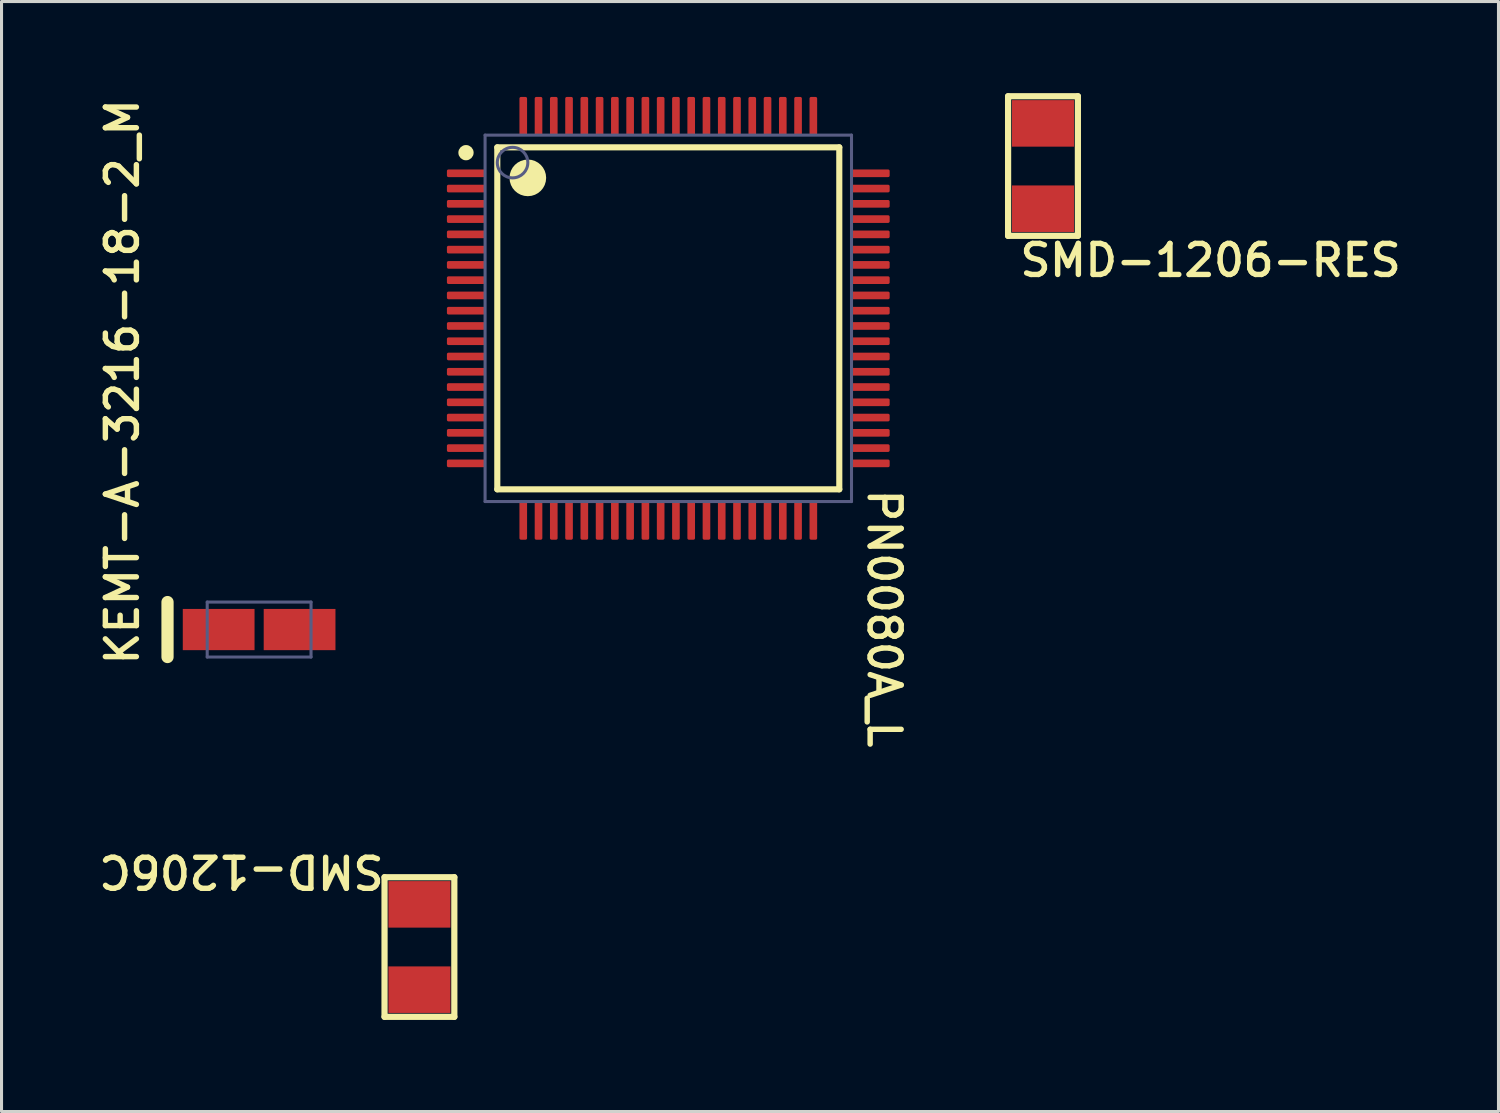
<source format=kicad_pcb>
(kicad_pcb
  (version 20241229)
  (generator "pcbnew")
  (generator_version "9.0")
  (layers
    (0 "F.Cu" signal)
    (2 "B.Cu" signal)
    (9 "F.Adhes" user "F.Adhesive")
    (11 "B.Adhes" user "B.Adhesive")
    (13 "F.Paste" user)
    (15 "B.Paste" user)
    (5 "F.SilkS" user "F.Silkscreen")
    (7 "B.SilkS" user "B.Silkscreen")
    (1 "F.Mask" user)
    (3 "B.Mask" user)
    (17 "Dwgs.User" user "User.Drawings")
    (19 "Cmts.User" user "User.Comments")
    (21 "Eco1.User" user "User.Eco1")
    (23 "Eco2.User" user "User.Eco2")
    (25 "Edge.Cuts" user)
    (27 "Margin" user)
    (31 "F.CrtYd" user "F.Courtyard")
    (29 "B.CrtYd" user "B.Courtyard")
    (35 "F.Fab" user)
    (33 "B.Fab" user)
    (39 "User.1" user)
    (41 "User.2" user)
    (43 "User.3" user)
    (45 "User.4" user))
  (footprint "SMD-1206C"
    (layer "F.Cu")
    (at 10.686 27.964)
    (property "Reference" "SMD-1206C" (at -1.067 -3.073 180) (unlocked yes) (layer "F.SilkS") (effects (font (size 1.016 1.016) (thickness 0.178)) (justify left bottom)))
    (fp_line (start -1.143 2.286) (end -1.143 -2.286) (stroke (width 0.203) (type solid)) (layer "F.SilkS"))
    (fp_line (start 1.143 -2.286) (end -1.143 -2.286) (stroke (width 0.203) (type solid)) (layer "F.SilkS"))
    (fp_line (start 1.143 2.286) (end -1.143 2.286) (stroke (width 0.203) (type solid)) (layer "F.SilkS"))
    (fp_line (start 1.143 2.286) (end 1.143 -2.286) (stroke (width 0.203) (type solid)) (layer "F.SilkS"))
    (pad "1" smd rect (at 0 -1.397 90) (size 1.524 2.032) (layers "F.Cu" "F.Mask" "F.Paste"))
    (pad "2" smd rect (at 0 1.397 90) (size 1.524 2.032) (layers "F.Cu" "F.Mask" "F.Paste")))
  (footprint "PN0080A_L"
    (layer "F.Cu")
    (at 18.836 7.375)
    (property "Reference" "PN0080A_L" (at 6.477 5.504 270) (unlocked yes) (layer "F.SilkS") (effects (font (size 1.016 1.016) (thickness 0.178)) (justify left bottom)))
    (fp_line (start -5.6 -5.6) (end -5.6 5.6) (stroke (width 0.2) (type solid)) (layer "F.SilkS"))
    (fp_line (start -5.6 -5.6) (end 5.6 -5.6) (stroke (width 0.2) (type solid)) (layer "F.SilkS"))
    (fp_line (start -5.6 5.6) (end 5.6 5.6) (stroke (width 0.2) (type solid)) (layer "F.SilkS"))
    (fp_line (start 5.6 -5.6) (end 5.6 5.6) (stroke (width 0.2) (type solid)) (layer "F.SilkS"))
    (fp_circle (center -6.625 -5.425) (end -6.5 -5.425) (stroke (width 0.25) (type solid)) (fill no) (layer "F.SilkS"))
    (fp_circle (center -4.6 -4.6) (end -4.3 -4.6) (stroke (width 0.6) (type solid)) (fill no) (layer "F.SilkS"))
    (fp_line (start -7.35 -7.35) (end -7.35 7.35) (stroke (width 0.05) (type solid)) (layer "Eco1.User"))
    (fp_line (start -7.35 -7.35) (end 7.35 -7.35) (stroke (width 0.05) (type solid)) (layer "Eco1.User"))
    (fp_line (start -7.35 7.35) (end 7.35 7.35) (stroke (width 0.05) (type solid)) (layer "Eco1.User"))
    (fp_line (start -0.5 0) (end 0.5 0) (stroke (width 0.1) (type solid)) (layer "Eco1.User"))
    (fp_line (start 0 -0.5) (end 0 0.5) (stroke (width 0.1) (type solid)) (layer "Eco1.User"))
    (fp_line (start 7.35 -7.35) (end 7.35 7.35) (stroke (width 0.05) (type solid)) (layer "Eco1.User"))
    (fp_line (start -6 -6) (end -6 6) (stroke (width 0.1) (type solid)) (layer "B.Fab"))
    (fp_line (start -6 -6) (end 6 -6) (stroke (width 0.1) (type solid)) (layer "B.Fab"))
    (fp_line (start -6 6) (end 6 6) (stroke (width 0.1) (type solid)) (layer "B.Fab"))
    (fp_line (start 6 -6) (end 6 6) (stroke (width 0.1) (type solid)) (layer "B.Fab"))
    (fp_circle (center -5.1 -5.1) (end -4.6 -5.1) (stroke (width 0.1) (type solid)) (fill no) (layer "B.Fab"))
    (fp_text user "${REFERENCE}" (at -1.524 0.508 0) (unlocked yes) (layer "User.1") (effects (font (size 1.016 1.016) (thickness 0.178))))
    (pad "1" smd roundrect (at -6.625 -4.75 90) (size 0.25 1.25) (layers "F.Cu" "F.Mask" "F.Paste") (roundrect_rratio 0.2))
    (pad "2" smd roundrect (at -6.625 -4.25 90) (size 0.25 1.25) (layers "F.Cu" "F.Mask" "F.Paste") (roundrect_rratio 0.2))
    (pad "3" smd roundrect (at -6.625 -3.75 90) (size 0.25 1.25) (layers "F.Cu" "F.Mask" "F.Paste") (roundrect_rratio 0.2))
    (pad "4" smd roundrect (at -6.625 -3.25 90) (size 0.25 1.25) (layers "F.Cu" "F.Mask" "F.Paste") (roundrect_rratio 0.2))
    (pad "5" smd roundrect (at -6.625 -2.75 90) (size 0.25 1.25) (layers "F.Cu" "F.Mask" "F.Paste") (roundrect_rratio 0.2))
    (pad "6" smd roundrect (at -6.625 -2.25 90) (size 0.25 1.25) (layers "F.Cu" "F.Mask" "F.Paste") (roundrect_rratio 0.2))
    (pad "7" smd roundrect (at -6.625 -1.75 90) (size 0.25 1.25) (layers "F.Cu" "F.Mask" "F.Paste") (roundrect_rratio 0.2))
    (pad "8" smd roundrect (at -6.625 -1.25 90) (size 0.25 1.25) (layers "F.Cu" "F.Mask" "F.Paste") (roundrect_rratio 0.2))
    (pad "9" smd roundrect (at -6.625 -0.75 90) (size 0.25 1.25) (layers "F.Cu" "F.Mask" "F.Paste") (roundrect_rratio 0.2))
    (pad "10" smd roundrect (at -6.625 -0.25 90) (size 0.25 1.25) (layers "F.Cu" "F.Mask" "F.Paste") (roundrect_rratio 0.2))
    (pad "11" smd roundrect (at -6.625 0.25 90) (size 0.25 1.25) (layers "F.Cu" "F.Mask" "F.Paste") (roundrect_rratio 0.2))
    (pad "12" smd roundrect (at -6.625 0.75 90) (size 0.25 1.25) (layers "F.Cu" "F.Mask" "F.Paste") (roundrect_rratio 0.2))
    (pad "13" smd roundrect (at -6.625 1.25 90) (size 0.25 1.25) (layers "F.Cu" "F.Mask" "F.Paste") (roundrect_rratio 0.2))
    (pad "14" smd roundrect (at -6.625 1.75 90) (size 0.25 1.25) (layers "F.Cu" "F.Mask" "F.Paste") (roundrect_rratio 0.2))
    (pad "15" smd roundrect (at -6.625 2.25 90) (size 0.25 1.25) (layers "F.Cu" "F.Mask" "F.Paste") (roundrect_rratio 0.2))
    (pad "16" smd roundrect (at -6.625 2.75 90) (size 0.25 1.25) (layers "F.Cu" "F.Mask" "F.Paste") (roundrect_rratio 0.2))
    (pad "17" smd roundrect (at -6.625 3.25 90) (size 0.25 1.25) (layers "F.Cu" "F.Mask" "F.Paste") (roundrect_rratio 0.2))
    (pad "18" smd roundrect (at -6.625 3.75 90) (size 0.25 1.25) (layers "F.Cu" "F.Mask" "F.Paste") (roundrect_rratio 0.2))
    (pad "19" smd roundrect (at -6.625 4.25 90) (size 0.25 1.25) (layers "F.Cu" "F.Mask" "F.Paste") (roundrect_rratio 0.2))
    (pad "20" smd roundrect (at -6.625 4.75 90) (size 0.25 1.25) (layers "F.Cu" "F.Mask" "F.Paste") (roundrect_rratio 0.2))
    (pad "21" smd roundrect (at -4.75 6.625) (size 0.25 1.25) (layers "F.Cu" "F.Mask" "F.Paste") (roundrect_rratio 0.2))
    (pad "22" smd roundrect (at -4.25 6.625) (size 0.25 1.25) (layers "F.Cu" "F.Mask" "F.Paste") (roundrect_rratio 0.2))
    (pad "23" smd roundrect (at -3.75 6.625) (size 0.25 1.25) (layers "F.Cu" "F.Mask" "F.Paste") (roundrect_rratio 0.2))
    (pad "24" smd roundrect (at -3.25 6.625) (size 0.25 1.25) (layers "F.Cu" "F.Mask" "F.Paste") (roundrect_rratio 0.2))
    (pad "25" smd roundrect (at -2.75 6.625) (size 0.25 1.25) (layers "F.Cu" "F.Mask" "F.Paste") (roundrect_rratio 0.2))
    (pad "26" smd roundrect (at -2.25 6.625) (size 0.25 1.25) (layers "F.Cu" "F.Mask" "F.Paste") (roundrect_rratio 0.2))
    (pad "27" smd roundrect (at -1.75 6.625) (size 0.25 1.25) (layers "F.Cu" "F.Mask" "F.Paste") (roundrect_rratio 0.2))
    (pad "28" smd roundrect (at -1.25 6.625) (size 0.25 1.25) (layers "F.Cu" "F.Mask" "F.Paste") (roundrect_rratio 0.2))
    (pad "29" smd roundrect (at -0.75 6.625) (size 0.25 1.25) (layers "F.Cu" "F.Mask" "F.Paste") (roundrect_rratio 0.2))
    (pad "30" smd roundrect (at -0.25 6.625) (size 0.25 1.25) (layers "F.Cu" "F.Mask" "F.Paste") (roundrect_rratio 0.2))
    (pad "31" smd roundrect (at 0.25 6.625) (size 0.25 1.25) (layers "F.Cu" "F.Mask" "F.Paste") (roundrect_rratio 0.2))
    (pad "32" smd roundrect (at 0.75 6.625) (size 0.25 1.25) (layers "F.Cu" "F.Mask" "F.Paste") (roundrect_rratio 0.2))
    (pad "33" smd roundrect (at 1.25 6.625) (size 0.25 1.25) (layers "F.Cu" "F.Mask" "F.Paste") (roundrect_rratio 0.2))
    (pad "34" smd roundrect (at 1.75 6.625) (size 0.25 1.25) (layers "F.Cu" "F.Mask" "F.Paste") (roundrect_rratio 0.2))
    (pad "35" smd roundrect (at 2.25 6.625) (size 0.25 1.25) (layers "F.Cu" "F.Mask" "F.Paste") (roundrect_rratio 0.2))
    (pad "36" smd roundrect (at 2.75 6.625) (size 0.25 1.25) (layers "F.Cu" "F.Mask" "F.Paste") (roundrect_rratio 0.2))
    (pad "37" smd roundrect (at 3.25 6.625) (size 0.25 1.25) (layers "F.Cu" "F.Mask" "F.Paste") (roundrect_rratio 0.2))
    (pad "38" smd roundrect (at 3.75 6.625) (size 0.25 1.25) (layers "F.Cu" "F.Mask" "F.Paste") (roundrect_rratio 0.2))
    (pad "39" smd roundrect (at 4.25 6.625) (size 0.25 1.25) (layers "F.Cu" "F.Mask" "F.Paste") (roundrect_rratio 0.2))
    (pad "40" smd roundrect (at 4.75 6.625) (size 0.25 1.25) (layers "F.Cu" "F.Mask" "F.Paste") (roundrect_rratio 0.2))
    (pad "41" smd roundrect (at 6.625 4.75 90) (size 0.25 1.25) (layers "F.Cu" "F.Mask" "F.Paste") (roundrect_rratio 0.2))
    (pad "42" smd roundrect (at 6.625 4.25 90) (size 0.25 1.25) (layers "F.Cu" "F.Mask" "F.Paste") (roundrect_rratio 0.2))
    (pad "43" smd roundrect (at 6.625 3.75 90) (size 0.25 1.25) (layers "F.Cu" "F.Mask" "F.Paste") (roundrect_rratio 0.2))
    (pad "44" smd roundrect (at 6.625 3.25 90) (size 0.25 1.25) (layers "F.Cu" "F.Mask" "F.Paste") (roundrect_rratio 0.2))
    (pad "45" smd roundrect (at 6.625 2.75 90) (size 0.25 1.25) (layers "F.Cu" "F.Mask" "F.Paste") (roundrect_rratio 0.2))
    (pad "46" smd roundrect (at 6.625 2.25 90) (size 0.25 1.25) (layers "F.Cu" "F.Mask" "F.Paste") (roundrect_rratio 0.2))
    (pad "47" smd roundrect (at 6.625 1.75 90) (size 0.25 1.25) (layers "F.Cu" "F.Mask" "F.Paste") (roundrect_rratio 0.2))
    (pad "48" smd roundrect (at 6.625 1.25 90) (size 0.25 1.25) (layers "F.Cu" "F.Mask" "F.Paste") (roundrect_rratio 0.2))
    (pad "49" smd roundrect (at 6.625 0.75 90) (size 0.25 1.25) (layers "F.Cu" "F.Mask" "F.Paste") (roundrect_rratio 0.2))
    (pad "50" smd roundrect (at 6.625 0.25 90) (size 0.25 1.25) (layers "F.Cu" "F.Mask" "F.Paste") (roundrect_rratio 0.2))
    (pad "51" smd roundrect (at 6.625 -0.25 90) (size 0.25 1.25) (layers "F.Cu" "F.Mask" "F.Paste") (roundrect_rratio 0.2))
    (pad "52" smd roundrect (at 6.625 -0.75 90) (size 0.25 1.25) (layers "F.Cu" "F.Mask" "F.Paste") (roundrect_rratio 0.2))
    (pad "53" smd roundrect (at 6.625 -1.25 90) (size 0.25 1.25) (layers "F.Cu" "F.Mask" "F.Paste") (roundrect_rratio 0.2))
    (pad "54" smd roundrect (at 6.625 -1.75 90) (size 0.25 1.25) (layers "F.Cu" "F.Mask" "F.Paste") (roundrect_rratio 0.2))
    (pad "55" smd roundrect (at 6.625 -2.25 90) (size 0.25 1.25) (layers "F.Cu" "F.Mask" "F.Paste") (roundrect_rratio 0.2))
    (pad "56" smd roundrect (at 6.625 -2.75 90) (size 0.25 1.25) (layers "F.Cu" "F.Mask" "F.Paste") (roundrect_rratio 0.2))
    (pad "57" smd roundrect (at 6.625 -3.25 90) (size 0.25 1.25) (layers "F.Cu" "F.Mask" "F.Paste") (roundrect_rratio 0.2))
    (pad "58" smd roundrect (at 6.625 -3.75 90) (size 0.25 1.25) (layers "F.Cu" "F.Mask" "F.Paste") (roundrect_rratio 0.2))
    (pad "59" smd roundrect (at 6.625 -4.25 90) (size 0.25 1.25) (layers "F.Cu" "F.Mask" "F.Paste") (roundrect_rratio 0.2))
    (pad "60" smd roundrect (at 6.625 -4.75 90) (size 0.25 1.25) (layers "F.Cu" "F.Mask" "F.Paste") (roundrect_rratio 0.2))
    (pad "61" smd roundrect (at 4.75 -6.625) (size 0.25 1.25) (layers "F.Cu" "F.Mask" "F.Paste") (roundrect_rratio 0.2))
    (pad "62" smd roundrect (at 4.25 -6.625) (size 0.25 1.25) (layers "F.Cu" "F.Mask" "F.Paste") (roundrect_rratio 0.2))
    (pad "63" smd roundrect (at 3.75 -6.625) (size 0.25 1.25) (layers "F.Cu" "F.Mask" "F.Paste") (roundrect_rratio 0.2))
    (pad "64" smd roundrect (at 3.25 -6.625) (size 0.25 1.25) (layers "F.Cu" "F.Mask" "F.Paste") (roundrect_rratio 0.2))
    (pad "65" smd roundrect (at 2.75 -6.625) (size 0.25 1.25) (layers "F.Cu" "F.Mask" "F.Paste") (roundrect_rratio 0.2))
    (pad "66" smd roundrect (at 2.25 -6.625) (size 0.25 1.25) (layers "F.Cu" "F.Mask" "F.Paste") (roundrect_rratio 0.2))
    (pad "67" smd roundrect (at 1.75 -6.625) (size 0.25 1.25) (layers "F.Cu" "F.Mask" "F.Paste") (roundrect_rratio 0.2))
    (pad "68" smd roundrect (at 1.25 -6.625) (size 0.25 1.25) (layers "F.Cu" "F.Mask" "F.Paste") (roundrect_rratio 0.2))
    (pad "69" smd roundrect (at 0.75 -6.625) (size 0.25 1.25) (layers "F.Cu" "F.Mask" "F.Paste") (roundrect_rratio 0.2))
    (pad "70" smd roundrect (at 0.25 -6.625) (size 0.25 1.25) (layers "F.Cu" "F.Mask" "F.Paste") (roundrect_rratio 0.2))
    (pad "71" smd roundrect (at -0.25 -6.625) (size 0.25 1.25) (layers "F.Cu" "F.Mask" "F.Paste") (roundrect_rratio 0.2))
    (pad "72" smd roundrect (at -0.75 -6.625) (size 0.25 1.25) (layers "F.Cu" "F.Mask" "F.Paste") (roundrect_rratio 0.2))
    (pad "73" smd roundrect (at -1.25 -6.625) (size 0.25 1.25) (layers "F.Cu" "F.Mask" "F.Paste") (roundrect_rratio 0.2))
    (pad "74" smd roundrect (at -1.75 -6.625) (size 0.25 1.25) (layers "F.Cu" "F.Mask" "F.Paste") (roundrect_rratio 0.2))
    (pad "75" smd roundrect (at -2.25 -6.625) (size 0.25 1.25) (layers "F.Cu" "F.Mask" "F.Paste") (roundrect_rratio 0.2))
    (pad "76" smd roundrect (at -2.75 -6.625) (size 0.25 1.25) (layers "F.Cu" "F.Mask" "F.Paste") (roundrect_rratio 0.2))
    (pad "77" smd roundrect (at -3.25 -6.625) (size 0.25 1.25) (layers "F.Cu" "F.Mask" "F.Paste") (roundrect_rratio 0.2))
    (pad "78" smd roundrect (at -3.75 -6.625) (size 0.25 1.25) (layers "F.Cu" "F.Mask" "F.Paste") (roundrect_rratio 0.2))
    (pad "79" smd roundrect (at -4.25 -6.625) (size 0.25 1.25) (layers "F.Cu" "F.Mask" "F.Paste") (roundrect_rratio 0.2))
    (pad "80" smd roundrect (at -4.75 -6.625) (size 0.25 1.25) (layers "F.Cu" "F.Mask" "F.Paste") (roundrect_rratio 0.2)))
  (footprint "KEMT-A-3216-18-2_M"
    (layer "F.Cu")
    (at 5.436 17.567)
    (property "Reference" "KEMT-A-3216-18-2_M" (at -3.886 1.245 90) (unlocked yes) (layer "F.SilkS") (effects (font (size 1.016 1.016) (thickness 0.178)) (justify left bottom)))
    (fp_line (start -3 0.9) (end -3 -0.9) (stroke (width 0.4) (type solid)) (layer "F.SilkS"))
    (fp_line (start -3 1.4) (end -3 -1.4) (stroke (width 0.05) (type solid)) (layer "Eco1.User"))
    (fp_line (start 0 0.5) (end 0 -0.5) (stroke (width 0.1) (type solid)) (layer "Eco1.User"))
    (fp_line (start 0.5 0) (end -0.5 0) (stroke (width 0.1) (type solid)) (layer "Eco1.User"))
    (fp_line (start 3 -1.4) (end -3 -1.4) (stroke (width 0.05) (type solid)) (layer "Eco1.User"))
    (fp_line (start 3 1.4) (end -3 1.4) (stroke (width 0.05) (type solid)) (layer "Eco1.User"))
    (fp_line (start 3 1.4) (end 3 -1.4) (stroke (width 0.05) (type solid)) (layer "Eco1.User"))
    (fp_line (start -1.7 0.9) (end -1.7 -0.9) (stroke (width 0.1) (type solid)) (layer "B.Fab"))
    (fp_line (start 1.7 -0.9) (end -1.7 -0.9) (stroke (width 0.1) (type solid)) (layer "B.Fab"))
    (fp_line (start 1.7 0.9) (end -1.7 0.9) (stroke (width 0.1) (type solid)) (layer "B.Fab"))
    (fp_line (start 1.7 0.9) (end 1.7 -0.9) (stroke (width 0.1) (type solid)) (layer "B.Fab"))
    (pad "1" smd rect (at -1.325 0 90) (size 1.35 2.35) (layers "F.Cu" "F.Mask" "F.Paste"))
    (pad "2" smd rect (at 1.325 0 90) (size 1.35 2.35) (layers "F.Cu" "F.Mask" "F.Paste")))
  (footprint "SMD-1206-RES"
    (layer "F.Cu")
    (at 31.107 2.388)
    (property "Reference" "SMD-1206-RES" (at -0.846 3.683 0) (unlocked yes) (layer "F.SilkS") (effects (font (size 1.016 1.016) (thickness 0.178)) (justify left bottom)))
    (fp_line (start -1.143 -2.286) (end 1.143 -2.286) (stroke (width 0.203) (type solid)) (layer "F.SilkS"))
    (fp_line (start -1.143 2.286) (end -1.143 -2.286) (stroke (width 0.203) (type solid)) (layer "F.SilkS"))
    (fp_line (start -1.143 2.286) (end 1.143 2.286) (stroke (width 0.203) (type solid)) (layer "F.SilkS"))
    (fp_line (start 1.143 2.286) (end 1.143 -2.286) (stroke (width 0.203) (type solid)) (layer "F.SilkS"))
    (pad "1" smd rect (at 0 -1.397 270) (size 1.524 2.032) (layers "F.Cu" "F.Mask" "F.Paste"))
    (pad "2" smd rect (at 0 1.397 270) (size 1.524 2.032) (layers "F.Cu" "F.Mask" "F.Paste")))
  (gr_rect
    (start -3 -3)
    (end 46.024 33.351)
    (stroke (width 0.1) (type default))
    (fill no)
    (layer "Edge.Cuts")))
</source>
